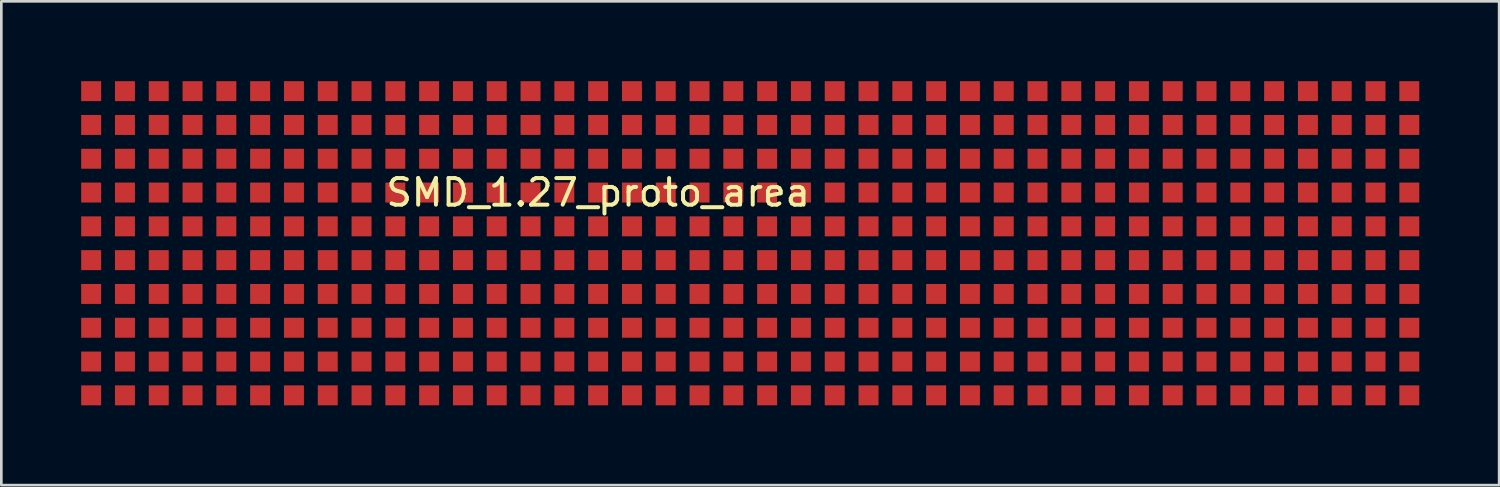
<source format=kicad_pcb>
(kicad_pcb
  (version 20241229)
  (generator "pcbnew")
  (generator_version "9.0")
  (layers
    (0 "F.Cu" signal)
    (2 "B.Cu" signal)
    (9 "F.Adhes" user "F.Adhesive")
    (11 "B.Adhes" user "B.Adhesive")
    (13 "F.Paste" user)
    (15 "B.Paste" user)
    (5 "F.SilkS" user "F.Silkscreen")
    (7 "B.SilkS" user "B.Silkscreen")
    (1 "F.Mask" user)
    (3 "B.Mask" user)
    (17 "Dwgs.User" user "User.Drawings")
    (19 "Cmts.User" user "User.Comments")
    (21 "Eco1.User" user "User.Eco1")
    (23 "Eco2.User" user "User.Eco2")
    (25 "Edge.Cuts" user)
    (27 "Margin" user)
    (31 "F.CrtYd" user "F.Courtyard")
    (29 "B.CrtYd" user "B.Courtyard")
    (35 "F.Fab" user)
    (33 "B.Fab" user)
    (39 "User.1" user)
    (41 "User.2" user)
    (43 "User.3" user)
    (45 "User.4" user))
  (footprint "SMD_1.27_proto_area"
    (layer "F.Cu")
    (at 15.615 9.265)
    (property "Reference" "SMD_1.27_proto_area" (at 3.81 -5.08 0) (unlocked yes) (layer "F.SilkS") (effects (font (size 1 1) (thickness 0.15))))
    (attr smd)
    (pad "1" smd rect (at -11.43 -6.35) (size 0.75 0.75) (layers "F.Cu" "F.Mask" "F.Paste"))
    (pad "1" smd rect (at -11.43 0) (size 0.75 0.75) (layers "F.Cu" "F.Mask" "F.Paste"))
    (pad "1" smd rect (at -5.08 -6.35) (size 0.75 0.75) (layers "F.Cu" "F.Mask" "F.Paste"))
    (pad "1" smd rect (at -5.08 0) (size 0.75 0.75) (layers "F.Cu" "F.Mask" "F.Paste"))
    (pad "1" smd rect (at 1.27 -6.35) (size 0.75 0.75) (layers "F.Cu" "F.Mask" "F.Paste"))
    (pad "1" smd rect (at 1.27 0) (size 0.75 0.75) (layers "F.Cu" "F.Mask" "F.Paste"))
    (pad "1" smd rect (at 7.62 -6.35) (size 0.75 0.75) (layers "F.Cu" "F.Mask" "F.Paste"))
    (pad "1" smd rect (at 7.62 0) (size 0.75 0.75) (layers "F.Cu" "F.Mask" "F.Paste"))
    (pad "1" smd rect (at 13.97 -6.35) (size 0.75 0.75) (layers "F.Cu" "F.Mask" "F.Paste"))
    (pad "1" smd rect (at 13.97 0) (size 0.75 0.75) (layers "F.Cu" "F.Mask" "F.Paste"))
    (pad "1" smd rect (at 20.32 -6.35) (size 0.75 0.75) (layers "F.Cu" "F.Mask" "F.Paste"))
    (pad "1" smd rect (at 20.32 0) (size 0.75 0.75) (layers "F.Cu" "F.Mask" "F.Paste"))
    (pad "1" smd rect (at 26.67 -6.35) (size 0.75 0.75) (layers "F.Cu" "F.Mask" "F.Paste"))
    (pad "1" smd rect (at 26.67 0) (size 0.75 0.75) (layers "F.Cu" "F.Mask" "F.Paste"))
    (pad "1" smd rect (at 33.02 -6.35) (size 0.75 0.75) (layers "F.Cu" "F.Mask" "F.Paste"))
    (pad "1" smd rect (at 33.02 0) (size 0.75 0.75) (layers "F.Cu" "F.Mask" "F.Paste"))
    (pad "2" smd rect (at -10.16 -6.35) (size 0.75 0.75) (layers "F.Cu" "F.Mask" "F.Paste"))
    (pad "2" smd rect (at -10.16 0) (size 0.75 0.75) (layers "F.Cu" "F.Mask" "F.Paste"))
    (pad "2" smd rect (at -3.81 -6.35) (size 0.75 0.75) (layers "F.Cu" "F.Mask" "F.Paste"))
    (pad "2" smd rect (at -3.81 0) (size 0.75 0.75) (layers "F.Cu" "F.Mask" "F.Paste"))
    (pad "2" smd rect (at 2.54 -6.35) (size 0.75 0.75) (layers "F.Cu" "F.Mask" "F.Paste"))
    (pad "2" smd rect (at 2.54 0) (size 0.75 0.75) (layers "F.Cu" "F.Mask" "F.Paste"))
    (pad "2" smd rect (at 8.89 -6.35) (size 0.75 0.75) (layers "F.Cu" "F.Mask" "F.Paste"))
    (pad "2" smd rect (at 8.89 0) (size 0.75 0.75) (layers "F.Cu" "F.Mask" "F.Paste"))
    (pad "2" smd rect (at 15.24 -6.35) (size 0.75 0.75) (layers "F.Cu" "F.Mask" "F.Paste"))
    (pad "2" smd rect (at 15.24 0) (size 0.75 0.75) (layers "F.Cu" "F.Mask" "F.Paste"))
    (pad "2" smd rect (at 21.59 -6.35) (size 0.75 0.75) (layers "F.Cu" "F.Mask" "F.Paste"))
    (pad "2" smd rect (at 21.59 0) (size 0.75 0.75) (layers "F.Cu" "F.Mask" "F.Paste"))
    (pad "2" smd rect (at 27.94 -6.35) (size 0.75 0.75) (layers "F.Cu" "F.Mask" "F.Paste"))
    (pad "2" smd rect (at 27.94 0) (size 0.75 0.75) (layers "F.Cu" "F.Mask" "F.Paste"))
    (pad "2" smd rect (at 34.29 -6.35) (size 0.75 0.75) (layers "F.Cu" "F.Mask" "F.Paste"))
    (pad "2" smd rect (at 34.29 0) (size 0.75 0.75) (layers "F.Cu" "F.Mask" "F.Paste"))
    (pad "3" smd rect (at -10.16 -7.62) (size 0.75 0.75) (layers "F.Cu" "F.Mask" "F.Paste"))
    (pad "3" smd rect (at -10.16 -1.27) (size 0.75 0.75) (layers "F.Cu" "F.Mask" "F.Paste"))
    (pad "3" smd rect (at -3.81 -7.62) (size 0.75 0.75) (layers "F.Cu" "F.Mask" "F.Paste"))
    (pad "3" smd rect (at -3.81 -1.27) (size 0.75 0.75) (layers "F.Cu" "F.Mask" "F.Paste"))
    (pad "3" smd rect (at 2.54 -7.62) (size 0.75 0.75) (layers "F.Cu" "F.Mask" "F.Paste"))
    (pad "3" smd rect (at 2.54 -1.27) (size 0.75 0.75) (layers "F.Cu" "F.Mask" "F.Paste"))
    (pad "3" smd rect (at 8.89 -7.62) (size 0.75 0.75) (layers "F.Cu" "F.Mask" "F.Paste"))
    (pad "3" smd rect (at 8.89 -1.27) (size 0.75 0.75) (layers "F.Cu" "F.Mask" "F.Paste"))
    (pad "3" smd rect (at 15.24 -7.62) (size 0.75 0.75) (layers "F.Cu" "F.Mask" "F.Paste"))
    (pad "3" smd rect (at 15.24 -1.27) (size 0.75 0.75) (layers "F.Cu" "F.Mask" "F.Paste"))
    (pad "3" smd rect (at 21.59 -7.62) (size 0.75 0.75) (layers "F.Cu" "F.Mask" "F.Paste"))
    (pad "3" smd rect (at 21.59 -1.27) (size 0.75 0.75) (layers "F.Cu" "F.Mask" "F.Paste"))
    (pad "3" smd rect (at 27.94 -7.62) (size 0.75 0.75) (layers "F.Cu" "F.Mask" "F.Paste"))
    (pad "3" smd rect (at 27.94 -1.27) (size 0.75 0.75) (layers "F.Cu" "F.Mask" "F.Paste"))
    (pad "3" smd rect (at 34.29 -7.62) (size 0.75 0.75) (layers "F.Cu" "F.Mask" "F.Paste"))
    (pad "3" smd rect (at 34.29 -1.27) (size 0.75 0.75) (layers "F.Cu" "F.Mask" "F.Paste"))
    (pad "4" smd rect (at -11.43 -7.62) (size 0.75 0.75) (layers "F.Cu" "F.Mask" "F.Paste"))
    (pad "4" smd rect (at -11.43 -1.27) (size 0.75 0.75) (layers "F.Cu" "F.Mask" "F.Paste"))
    (pad "4" smd rect (at -5.08 -7.62) (size 0.75 0.75) (layers "F.Cu" "F.Mask" "F.Paste"))
    (pad "4" smd rect (at -5.08 -1.27) (size 0.75 0.75) (layers "F.Cu" "F.Mask" "F.Paste"))
    (pad "4" smd rect (at 1.27 -7.62) (size 0.75 0.75) (layers "F.Cu" "F.Mask" "F.Paste"))
    (pad "4" smd rect (at 1.27 -1.27) (size 0.75 0.75) (layers "F.Cu" "F.Mask" "F.Paste"))
    (pad "4" smd rect (at 7.62 -7.62) (size 0.75 0.75) (layers "F.Cu" "F.Mask" "F.Paste"))
    (pad "4" smd rect (at 7.62 -1.27) (size 0.75 0.75) (layers "F.Cu" "F.Mask" "F.Paste"))
    (pad "4" smd rect (at 13.97 -7.62) (size 0.75 0.75) (layers "F.Cu" "F.Mask" "F.Paste"))
    (pad "4" smd rect (at 13.97 -1.27) (size 0.75 0.75) (layers "F.Cu" "F.Mask" "F.Paste"))
    (pad "4" smd rect (at 20.32 -7.62) (size 0.75 0.75) (layers "F.Cu" "F.Mask" "F.Paste"))
    (pad "4" smd rect (at 20.32 -1.27) (size 0.75 0.75) (layers "F.Cu" "F.Mask" "F.Paste"))
    (pad "4" smd rect (at 26.67 -7.62) (size 0.75 0.75) (layers "F.Cu" "F.Mask" "F.Paste"))
    (pad "4" smd rect (at 26.67 -1.27) (size 0.75 0.75) (layers "F.Cu" "F.Mask" "F.Paste"))
    (pad "4" smd rect (at 33.02 -7.62) (size 0.75 0.75) (layers "F.Cu" "F.Mask" "F.Paste"))
    (pad "4" smd rect (at 33.02 -1.27) (size 0.75 0.75) (layers "F.Cu" "F.Mask" "F.Paste"))
    (pad "5" smd rect (at -12.7 -7.62) (size 0.75 0.75) (layers "F.Cu" "F.Mask" "F.Paste"))
    (pad "5" smd rect (at -12.7 -1.27) (size 0.75 0.75) (layers "F.Cu" "F.Mask" "F.Paste"))
    (pad "5" smd rect (at -6.35 -7.62) (size 0.75 0.75) (layers "F.Cu" "F.Mask" "F.Paste"))
    (pad "5" smd rect (at -6.35 -1.27) (size 0.75 0.75) (layers "F.Cu" "F.Mask" "F.Paste"))
    (pad "5" smd rect (at 0 -7.62) (size 0.75 0.75) (layers "F.Cu" "F.Mask" "F.Paste"))
    (pad "5" smd rect (at 0 -1.27) (size 0.75 0.75) (layers "F.Cu" "F.Mask" "F.Paste"))
    (pad "5" smd rect (at 6.35 -7.62) (size 0.75 0.75) (layers "F.Cu" "F.Mask" "F.Paste"))
    (pad "5" smd rect (at 6.35 -1.27) (size 0.75 0.75) (layers "F.Cu" "F.Mask" "F.Paste"))
    (pad "5" smd rect (at 12.7 -7.62) (size 0.75 0.75) (layers "F.Cu" "F.Mask" "F.Paste"))
    (pad "5" smd rect (at 12.7 -1.27) (size 0.75 0.75) (layers "F.Cu" "F.Mask" "F.Paste"))
    (pad "5" smd rect (at 19.05 -7.62) (size 0.75 0.75) (layers "F.Cu" "F.Mask" "F.Paste"))
    (pad "5" smd rect (at 19.05 -1.27) (size 0.75 0.75) (layers "F.Cu" "F.Mask" "F.Paste"))
    (pad "5" smd rect (at 25.4 -7.62) (size 0.75 0.75) (layers "F.Cu" "F.Mask" "F.Paste"))
    (pad "5" smd rect (at 25.4 -1.27) (size 0.75 0.75) (layers "F.Cu" "F.Mask" "F.Paste"))
    (pad "5" smd rect (at 31.75 -7.62) (size 0.75 0.75) (layers "F.Cu" "F.Mask" "F.Paste"))
    (pad "5" smd rect (at 31.75 -1.27) (size 0.75 0.75) (layers "F.Cu" "F.Mask" "F.Paste"))
    (pad "6" smd rect (at -12.7 -6.35) (size 0.75 0.75) (layers "F.Cu" "F.Mask" "F.Paste"))
    (pad "6" smd rect (at -12.7 0) (size 0.75 0.75) (layers "F.Cu" "F.Mask" "F.Paste"))
    (pad "6" smd rect (at -6.35 -6.35) (size 0.75 0.75) (layers "F.Cu" "F.Mask" "F.Paste"))
    (pad "6" smd rect (at -6.35 0) (size 0.75 0.75) (layers "F.Cu" "F.Mask" "F.Paste"))
    (pad "6" smd rect (at 0 -6.35) (size 0.75 0.75) (layers "F.Cu" "F.Mask" "F.Paste"))
    (pad "6" smd rect (at 0 0) (size 0.75 0.75) (layers "F.Cu" "F.Mask" "F.Paste"))
    (pad "6" smd rect (at 6.35 -6.35) (size 0.75 0.75) (layers "F.Cu" "F.Mask" "F.Paste"))
    (pad "6" smd rect (at 6.35 0) (size 0.75 0.75) (layers "F.Cu" "F.Mask" "F.Paste"))
    (pad "6" smd rect (at 12.7 -6.35) (size 0.75 0.75) (layers "F.Cu" "F.Mask" "F.Paste"))
    (pad "6" smd rect (at 12.7 0) (size 0.75 0.75) (layers "F.Cu" "F.Mask" "F.Paste"))
    (pad "6" smd rect (at 19.05 -6.35) (size 0.75 0.75) (layers "F.Cu" "F.Mask" "F.Paste"))
    (pad "6" smd rect (at 19.05 0) (size 0.75 0.75) (layers "F.Cu" "F.Mask" "F.Paste"))
    (pad "6" smd rect (at 25.4 -6.35) (size 0.75 0.75) (layers "F.Cu" "F.Mask" "F.Paste"))
    (pad "6" smd rect (at 25.4 0) (size 0.75 0.75) (layers "F.Cu" "F.Mask" "F.Paste"))
    (pad "6" smd rect (at 31.75 -6.35) (size 0.75 0.75) (layers "F.Cu" "F.Mask" "F.Paste"))
    (pad "6" smd rect (at 31.75 0) (size 0.75 0.75) (layers "F.Cu" "F.Mask" "F.Paste"))
    (pad "7" smd rect (at -13.97 -7.62) (size 0.75 0.75) (layers "F.Cu" "F.Mask" "F.Paste"))
    (pad "7" smd rect (at -13.97 -1.27) (size 0.75 0.75) (layers "F.Cu" "F.Mask" "F.Paste"))
    (pad "7" smd rect (at -7.62 -7.62) (size 0.75 0.75) (layers "F.Cu" "F.Mask" "F.Paste"))
    (pad "7" smd rect (at -7.62 -1.27) (size 0.75 0.75) (layers "F.Cu" "F.Mask" "F.Paste"))
    (pad "7" smd rect (at -1.27 -7.62) (size 0.75 0.75) (layers "F.Cu" "F.Mask" "F.Paste"))
    (pad "7" smd rect (at -1.27 -1.27) (size 0.75 0.75) (layers "F.Cu" "F.Mask" "F.Paste"))
    (pad "7" smd rect (at 5.08 -7.62) (size 0.75 0.75) (layers "F.Cu" "F.Mask" "F.Paste"))
    (pad "7" smd rect (at 5.08 -1.27) (size 0.75 0.75) (layers "F.Cu" "F.Mask" "F.Paste"))
    (pad "7" smd rect (at 11.43 -7.62) (size 0.75 0.75) (layers "F.Cu" "F.Mask" "F.Paste"))
    (pad "7" smd rect (at 11.43 -1.27) (size 0.75 0.75) (layers "F.Cu" "F.Mask" "F.Paste"))
    (pad "7" smd rect (at 17.78 -7.62) (size 0.75 0.75) (layers "F.Cu" "F.Mask" "F.Paste"))
    (pad "7" smd rect (at 17.78 -1.27) (size 0.75 0.75) (layers "F.Cu" "F.Mask" "F.Paste"))
    (pad "7" smd rect (at 24.13 -7.62) (size 0.75 0.75) (layers "F.Cu" "F.Mask" "F.Paste"))
    (pad "7" smd rect (at 24.13 -1.27) (size 0.75 0.75) (layers "F.Cu" "F.Mask" "F.Paste"))
    (pad "7" smd rect (at 30.48 -7.62) (size 0.75 0.75) (layers "F.Cu" "F.Mask" "F.Paste"))
    (pad "7" smd rect (at 30.48 -1.27) (size 0.75 0.75) (layers "F.Cu" "F.Mask" "F.Paste"))
    (pad "8" smd rect (at -13.97 -6.35) (size 0.75 0.75) (layers "F.Cu" "F.Mask" "F.Paste"))
    (pad "8" smd rect (at -13.97 0) (size 0.75 0.75) (layers "F.Cu" "F.Mask" "F.Paste"))
    (pad "8" smd rect (at -7.62 -6.35) (size 0.75 0.75) (layers "F.Cu" "F.Mask" "F.Paste"))
    (pad "8" smd rect (at -7.62 0) (size 0.75 0.75) (layers "F.Cu" "F.Mask" "F.Paste"))
    (pad "8" smd rect (at -1.27 -6.35) (size 0.75 0.75) (layers "F.Cu" "F.Mask" "F.Paste"))
    (pad "8" smd rect (at -1.27 0) (size 0.75 0.75) (layers "F.Cu" "F.Mask" "F.Paste"))
    (pad "8" smd rect (at 5.08 -6.35) (size 0.75 0.75) (layers "F.Cu" "F.Mask" "F.Paste"))
    (pad "8" smd rect (at 5.08 0) (size 0.75 0.75) (layers "F.Cu" "F.Mask" "F.Paste"))
    (pad "8" smd rect (at 11.43 -6.35) (size 0.75 0.75) (layers "F.Cu" "F.Mask" "F.Paste"))
    (pad "8" smd rect (at 11.43 0) (size 0.75 0.75) (layers "F.Cu" "F.Mask" "F.Paste"))
    (pad "8" smd rect (at 17.78 -6.35) (size 0.75 0.75) (layers "F.Cu" "F.Mask" "F.Paste"))
    (pad "8" smd rect (at 17.78 0) (size 0.75 0.75) (layers "F.Cu" "F.Mask" "F.Paste"))
    (pad "8" smd rect (at 24.13 -6.35) (size 0.75 0.75) (layers "F.Cu" "F.Mask" "F.Paste"))
    (pad "8" smd rect (at 24.13 0) (size 0.75 0.75) (layers "F.Cu" "F.Mask" "F.Paste"))
    (pad "8" smd rect (at 30.48 -6.35) (size 0.75 0.75) (layers "F.Cu" "F.Mask" "F.Paste"))
    (pad "8" smd rect (at 30.48 0) (size 0.75 0.75) (layers "F.Cu" "F.Mask" "F.Paste"))
    (pad "9" smd rect (at -15.24 -7.62) (size 0.75 0.75) (layers "F.Cu" "F.Mask" "F.Paste"))
    (pad "9" smd rect (at -15.24 -1.27) (size 0.75 0.75) (layers "F.Cu" "F.Mask" "F.Paste"))
    (pad "9" smd rect (at -8.89 -7.62) (size 0.75 0.75) (layers "F.Cu" "F.Mask" "F.Paste"))
    (pad "9" smd rect (at -8.89 -1.27) (size 0.75 0.75) (layers "F.Cu" "F.Mask" "F.Paste"))
    (pad "9" smd rect (at -2.54 -7.62) (size 0.75 0.75) (layers "F.Cu" "F.Mask" "F.Paste"))
    (pad "9" smd rect (at -2.54 -1.27) (size 0.75 0.75) (layers "F.Cu" "F.Mask" "F.Paste"))
    (pad "9" smd rect (at 3.81 -7.62) (size 0.75 0.75) (layers "F.Cu" "F.Mask" "F.Paste"))
    (pad "9" smd rect (at 3.81 -1.27) (size 0.75 0.75) (layers "F.Cu" "F.Mask" "F.Paste"))
    (pad "9" smd rect (at 10.16 -7.62) (size 0.75 0.75) (layers "F.Cu" "F.Mask" "F.Paste"))
    (pad "9" smd rect (at 10.16 -1.27) (size 0.75 0.75) (layers "F.Cu" "F.Mask" "F.Paste"))
    (pad "9" smd rect (at 16.51 -7.62) (size 0.75 0.75) (layers "F.Cu" "F.Mask" "F.Paste"))
    (pad "9" smd rect (at 16.51 -1.27) (size 0.75 0.75) (layers "F.Cu" "F.Mask" "F.Paste"))
    (pad "9" smd rect (at 22.86 -7.62) (size 0.75 0.75) (layers "F.Cu" "F.Mask" "F.Paste"))
    (pad "9" smd rect (at 22.86 -1.27) (size 0.75 0.75) (layers "F.Cu" "F.Mask" "F.Paste"))
    (pad "9" smd rect (at 29.21 -7.62) (size 0.75 0.75) (layers "F.Cu" "F.Mask" "F.Paste"))
    (pad "9" smd rect (at 29.21 -1.27) (size 0.75 0.75) (layers "F.Cu" "F.Mask" "F.Paste"))
    (pad "10" smd rect (at -15.24 -6.35) (size 0.75 0.75) (layers "F.Cu" "F.Mask" "F.Paste"))
    (pad "10" smd rect (at -15.24 0) (size 0.75 0.75) (layers "F.Cu" "F.Mask" "F.Paste"))
    (pad "10" smd rect (at -8.89 -6.35) (size 0.75 0.75) (layers "F.Cu" "F.Mask" "F.Paste"))
    (pad "10" smd rect (at -8.89 0) (size 0.75 0.75) (layers "F.Cu" "F.Mask" "F.Paste"))
    (pad "10" smd rect (at -2.54 -6.35) (size 0.75 0.75) (layers "F.Cu" "F.Mask" "F.Paste"))
    (pad "10" smd rect (at -2.54 0) (size 0.75 0.75) (layers "F.Cu" "F.Mask" "F.Paste"))
    (pad "10" smd rect (at 3.81 -6.35) (size 0.75 0.75) (layers "F.Cu" "F.Mask" "F.Paste"))
    (pad "10" smd rect (at 3.81 0) (size 0.75 0.75) (layers "F.Cu" "F.Mask" "F.Paste"))
    (pad "10" smd rect (at 10.16 -6.35) (size 0.75 0.75) (layers "F.Cu" "F.Mask" "F.Paste"))
    (pad "10" smd rect (at 10.16 0) (size 0.75 0.75) (layers "F.Cu" "F.Mask" "F.Paste"))
    (pad "10" smd rect (at 16.51 -6.35) (size 0.75 0.75) (layers "F.Cu" "F.Mask" "F.Paste"))
    (pad "10" smd rect (at 16.51 0) (size 0.75 0.75) (layers "F.Cu" "F.Mask" "F.Paste"))
    (pad "10" smd rect (at 22.86 -6.35) (size 0.75 0.75) (layers "F.Cu" "F.Mask" "F.Paste"))
    (pad "10" smd rect (at 22.86 0) (size 0.75 0.75) (layers "F.Cu" "F.Mask" "F.Paste"))
    (pad "10" smd rect (at 29.21 -6.35) (size 0.75 0.75) (layers "F.Cu" "F.Mask" "F.Paste"))
    (pad "10" smd rect (at 29.21 0) (size 0.75 0.75) (layers "F.Cu" "F.Mask" "F.Paste"))
    (pad "11" smd rect (at -15.24 -5.08) (size 0.75 0.75) (layers "F.Cu" "F.Mask" "F.Paste"))
    (pad "11" smd rect (at -15.24 1.27) (size 0.75 0.75) (layers "F.Cu" "F.Mask" "F.Paste"))
    (pad "11" smd rect (at -8.89 -5.08) (size 0.75 0.75) (layers "F.Cu" "F.Mask" "F.Paste"))
    (pad "11" smd rect (at -8.89 1.27) (size 0.75 0.75) (layers "F.Cu" "F.Mask" "F.Paste"))
    (pad "11" smd rect (at -2.54 -5.08) (size 0.75 0.75) (layers "F.Cu" "F.Mask" "F.Paste"))
    (pad "11" smd rect (at -2.54 1.27) (size 0.75 0.75) (layers "F.Cu" "F.Mask" "F.Paste"))
    (pad "11" smd rect (at 3.81 -5.08) (size 0.75 0.75) (layers "F.Cu" "F.Mask" "F.Paste"))
    (pad "11" smd rect (at 3.81 1.27) (size 0.75 0.75) (layers "F.Cu" "F.Mask" "F.Paste"))
    (pad "11" smd rect (at 10.16 -5.08) (size 0.75 0.75) (layers "F.Cu" "F.Mask" "F.Paste"))
    (pad "11" smd rect (at 10.16 1.27) (size 0.75 0.75) (layers "F.Cu" "F.Mask" "F.Paste"))
    (pad "11" smd rect (at 16.51 -5.08) (size 0.75 0.75) (layers "F.Cu" "F.Mask" "F.Paste"))
    (pad "11" smd rect (at 16.51 1.27) (size 0.75 0.75) (layers "F.Cu" "F.Mask" "F.Paste"))
    (pad "11" smd rect (at 22.86 -5.08) (size 0.75 0.75) (layers "F.Cu" "F.Mask" "F.Paste"))
    (pad "11" smd rect (at 22.86 1.27) (size 0.75 0.75) (layers "F.Cu" "F.Mask" "F.Paste"))
    (pad "11" smd rect (at 29.21 -5.08) (size 0.75 0.75) (layers "F.Cu" "F.Mask" "F.Paste"))
    (pad "11" smd rect (at 29.21 1.27) (size 0.75 0.75) (layers "F.Cu" "F.Mask" "F.Paste"))
    (pad "12" smd rect (at -13.97 -5.08) (size 0.75 0.75) (layers "F.Cu" "F.Mask" "F.Paste"))
    (pad "12" smd rect (at -13.97 1.27) (size 0.75 0.75) (layers "F.Cu" "F.Mask" "F.Paste"))
    (pad "12" smd rect (at -7.62 -5.08) (size 0.75 0.75) (layers "F.Cu" "F.Mask" "F.Paste"))
    (pad "12" smd rect (at -7.62 1.27) (size 0.75 0.75) (layers "F.Cu" "F.Mask" "F.Paste"))
    (pad "12" smd rect (at -1.27 -5.08) (size 0.75 0.75) (layers "F.Cu" "F.Mask" "F.Paste"))
    (pad "12" smd rect (at -1.27 1.27) (size 0.75 0.75) (layers "F.Cu" "F.Mask" "F.Paste"))
    (pad "12" smd rect (at 5.08 -5.08) (size 0.75 0.75) (layers "F.Cu" "F.Mask" "F.Paste"))
    (pad "12" smd rect (at 5.08 1.27) (size 0.75 0.75) (layers "F.Cu" "F.Mask" "F.Paste"))
    (pad "12" smd rect (at 11.43 -5.08) (size 0.75 0.75) (layers "F.Cu" "F.Mask" "F.Paste"))
    (pad "12" smd rect (at 11.43 1.27) (size 0.75 0.75) (layers "F.Cu" "F.Mask" "F.Paste"))
    (pad "12" smd rect (at 17.78 -5.08) (size 0.75 0.75) (layers "F.Cu" "F.Mask" "F.Paste"))
    (pad "12" smd rect (at 17.78 1.27) (size 0.75 0.75) (layers "F.Cu" "F.Mask" "F.Paste"))
    (pad "12" smd rect (at 24.13 -5.08) (size 0.75 0.75) (layers "F.Cu" "F.Mask" "F.Paste"))
    (pad "12" smd rect (at 24.13 1.27) (size 0.75 0.75) (layers "F.Cu" "F.Mask" "F.Paste"))
    (pad "12" smd rect (at 30.48 -5.08) (size 0.75 0.75) (layers "F.Cu" "F.Mask" "F.Paste"))
    (pad "12" smd rect (at 30.48 1.27) (size 0.75 0.75) (layers "F.Cu" "F.Mask" "F.Paste"))
    (pad "13" smd rect (at -12.7 -5.08) (size 0.75 0.75) (layers "F.Cu" "F.Mask" "F.Paste"))
    (pad "13" smd rect (at -12.7 1.27) (size 0.75 0.75) (layers "F.Cu" "F.Mask" "F.Paste"))
    (pad "13" smd rect (at -6.35 -5.08) (size 0.75 0.75) (layers "F.Cu" "F.Mask" "F.Paste"))
    (pad "13" smd rect (at -6.35 1.27) (size 0.75 0.75) (layers "F.Cu" "F.Mask" "F.Paste"))
    (pad "13" smd rect (at 0 -5.08) (size 0.75 0.75) (layers "F.Cu" "F.Mask" "F.Paste"))
    (pad "13" smd rect (at 0 1.27) (size 0.75 0.75) (layers "F.Cu" "F.Mask" "F.Paste"))
    (pad "13" smd rect (at 6.35 -5.08) (size 0.75 0.75) (layers "F.Cu" "F.Mask" "F.Paste"))
    (pad "13" smd rect (at 6.35 1.27) (size 0.75 0.75) (layers "F.Cu" "F.Mask" "F.Paste"))
    (pad "13" smd rect (at 12.7 -5.08) (size 0.75 0.75) (layers "F.Cu" "F.Mask" "F.Paste"))
    (pad "13" smd rect (at 12.7 1.27) (size 0.75 0.75) (layers "F.Cu" "F.Mask" "F.Paste"))
    (pad "13" smd rect (at 19.05 -5.08) (size 0.75 0.75) (layers "F.Cu" "F.Mask" "F.Paste"))
    (pad "13" smd rect (at 19.05 1.27) (size 0.75 0.75) (layers "F.Cu" "F.Mask" "F.Paste"))
    (pad "13" smd rect (at 25.4 -5.08) (size 0.75 0.75) (layers "F.Cu" "F.Mask" "F.Paste"))
    (pad "13" smd rect (at 25.4 1.27) (size 0.75 0.75) (layers "F.Cu" "F.Mask" "F.Paste"))
    (pad "13" smd rect (at 31.75 -5.08) (size 0.75 0.75) (layers "F.Cu" "F.Mask" "F.Paste"))
    (pad "13" smd rect (at 31.75 1.27) (size 0.75 0.75) (layers "F.Cu" "F.Mask" "F.Paste"))
    (pad "14" smd rect (at -11.43 -5.08) (size 0.75 0.75) (layers "F.Cu" "F.Mask" "F.Paste"))
    (pad "14" smd rect (at -11.43 1.27) (size 0.75 0.75) (layers "F.Cu" "F.Mask" "F.Paste"))
    (pad "14" smd rect (at -5.08 -5.08) (size 0.75 0.75) (layers "F.Cu" "F.Mask" "F.Paste"))
    (pad "14" smd rect (at -5.08 1.27) (size 0.75 0.75) (layers "F.Cu" "F.Mask" "F.Paste"))
    (pad "14" smd rect (at 1.27 -5.08) (size 0.75 0.75) (layers "F.Cu" "F.Mask" "F.Paste"))
    (pad "14" smd rect (at 1.27 1.27) (size 0.75 0.75) (layers "F.Cu" "F.Mask" "F.Paste"))
    (pad "14" smd rect (at 7.62 -5.08) (size 0.75 0.75) (layers "F.Cu" "F.Mask" "F.Paste"))
    (pad "14" smd rect (at 7.62 1.27) (size 0.75 0.75) (layers "F.Cu" "F.Mask" "F.Paste"))
    (pad "14" smd rect (at 13.97 -5.08) (size 0.75 0.75) (layers "F.Cu" "F.Mask" "F.Paste"))
    (pad "14" smd rect (at 13.97 1.27) (size 0.75 0.75) (layers "F.Cu" "F.Mask" "F.Paste"))
    (pad "14" smd rect (at 20.32 -5.08) (size 0.75 0.75) (layers "F.Cu" "F.Mask" "F.Paste"))
    (pad "14" smd rect (at 20.32 1.27) (size 0.75 0.75) (layers "F.Cu" "F.Mask" "F.Paste"))
    (pad "14" smd rect (at 26.67 -5.08) (size 0.75 0.75) (layers "F.Cu" "F.Mask" "F.Paste"))
    (pad "14" smd rect (at 26.67 1.27) (size 0.75 0.75) (layers "F.Cu" "F.Mask" "F.Paste"))
    (pad "14" smd rect (at 33.02 -5.08) (size 0.75 0.75) (layers "F.Cu" "F.Mask" "F.Paste"))
    (pad "14" smd rect (at 33.02 1.27) (size 0.75 0.75) (layers "F.Cu" "F.Mask" "F.Paste"))
    (pad "15" smd rect (at -10.16 -5.08) (size 0.75 0.75) (layers "F.Cu" "F.Mask" "F.Paste"))
    (pad "15" smd rect (at -10.16 1.27) (size 0.75 0.75) (layers "F.Cu" "F.Mask" "F.Paste"))
    (pad "15" smd rect (at -3.81 -5.08) (size 0.75 0.75) (layers "F.Cu" "F.Mask" "F.Paste"))
    (pad "15" smd rect (at -3.81 1.27) (size 0.75 0.75) (layers "F.Cu" "F.Mask" "F.Paste"))
    (pad "15" smd rect (at 2.54 -5.08) (size 0.75 0.75) (layers "F.Cu" "F.Mask" "F.Paste"))
    (pad "15" smd rect (at 2.54 1.27) (size 0.75 0.75) (layers "F.Cu" "F.Mask" "F.Paste"))
    (pad "15" smd rect (at 8.89 -5.08) (size 0.75 0.75) (layers "F.Cu" "F.Mask" "F.Paste"))
    (pad "15" smd rect (at 8.89 1.27) (size 0.75 0.75) (layers "F.Cu" "F.Mask" "F.Paste"))
    (pad "15" smd rect (at 15.24 -5.08) (size 0.75 0.75) (layers "F.Cu" "F.Mask" "F.Paste"))
    (pad "15" smd rect (at 15.24 1.27) (size 0.75 0.75) (layers "F.Cu" "F.Mask" "F.Paste"))
    (pad "15" smd rect (at 21.59 -5.08) (size 0.75 0.75) (layers "F.Cu" "F.Mask" "F.Paste"))
    (pad "15" smd rect (at 21.59 1.27) (size 0.75 0.75) (layers "F.Cu" "F.Mask" "F.Paste"))
    (pad "15" smd rect (at 27.94 -5.08) (size 0.75 0.75) (layers "F.Cu" "F.Mask" "F.Paste"))
    (pad "15" smd rect (at 27.94 1.27) (size 0.75 0.75) (layers "F.Cu" "F.Mask" "F.Paste"))
    (pad "15" smd rect (at 34.29 -5.08) (size 0.75 0.75) (layers "F.Cu" "F.Mask" "F.Paste"))
    (pad "15" smd rect (at 34.29 1.27) (size 0.75 0.75) (layers "F.Cu" "F.Mask" "F.Paste"))
    (pad "16" smd rect (at -10.16 -8.89) (size 0.75 0.75) (layers "F.Cu" "F.Mask" "F.Paste"))
    (pad "16" smd rect (at -10.16 -2.54) (size 0.75 0.75) (layers "F.Cu" "F.Mask" "F.Paste"))
    (pad "16" smd rect (at -3.81 -8.89) (size 0.75 0.75) (layers "F.Cu" "F.Mask" "F.Paste"))
    (pad "16" smd rect (at -3.81 -2.54) (size 0.75 0.75) (layers "F.Cu" "F.Mask" "F.Paste"))
    (pad "16" smd rect (at 2.54 -8.89) (size 0.75 0.75) (layers "F.Cu" "F.Mask" "F.Paste"))
    (pad "16" smd rect (at 2.54 -2.54) (size 0.75 0.75) (layers "F.Cu" "F.Mask" "F.Paste"))
    (pad "16" smd rect (at 8.89 -8.89) (size 0.75 0.75) (layers "F.Cu" "F.Mask" "F.Paste"))
    (pad "16" smd rect (at 8.89 -2.54) (size 0.75 0.75) (layers "F.Cu" "F.Mask" "F.Paste"))
    (pad "16" smd rect (at 15.24 -8.89) (size 0.75 0.75) (layers "F.Cu" "F.Mask" "F.Paste"))
    (pad "16" smd rect (at 15.24 -2.54) (size 0.75 0.75) (layers "F.Cu" "F.Mask" "F.Paste"))
    (pad "16" smd rect (at 21.59 -8.89) (size 0.75 0.75) (layers "F.Cu" "F.Mask" "F.Paste"))
    (pad "16" smd rect (at 21.59 -2.54) (size 0.75 0.75) (layers "F.Cu" "F.Mask" "F.Paste"))
    (pad "16" smd rect (at 27.94 -8.89) (size 0.75 0.75) (layers "F.Cu" "F.Mask" "F.Paste"))
    (pad "16" smd rect (at 27.94 -2.54) (size 0.75 0.75) (layers "F.Cu" "F.Mask" "F.Paste"))
    (pad "16" smd rect (at 34.29 -8.89) (size 0.75 0.75) (layers "F.Cu" "F.Mask" "F.Paste"))
    (pad "16" smd rect (at 34.29 -2.54) (size 0.75 0.75) (layers "F.Cu" "F.Mask" "F.Paste"))
    (pad "17" smd rect (at -11.43 -8.89) (size 0.75 0.75) (layers "F.Cu" "F.Mask" "F.Paste"))
    (pad "17" smd rect (at -11.43 -2.54) (size 0.75 0.75) (layers "F.Cu" "F.Mask" "F.Paste"))
    (pad "17" smd rect (at -5.08 -8.89) (size 0.75 0.75) (layers "F.Cu" "F.Mask" "F.Paste"))
    (pad "17" smd rect (at -5.08 -2.54) (size 0.75 0.75) (layers "F.Cu" "F.Mask" "F.Paste"))
    (pad "17" smd rect (at 1.27 -8.89) (size 0.75 0.75) (layers "F.Cu" "F.Mask" "F.Paste"))
    (pad "17" smd rect (at 1.27 -2.54) (size 0.75 0.75) (layers "F.Cu" "F.Mask" "F.Paste"))
    (pad "17" smd rect (at 7.62 -8.89) (size 0.75 0.75) (layers "F.Cu" "F.Mask" "F.Paste"))
    (pad "17" smd rect (at 7.62 -2.54) (size 0.75 0.75) (layers "F.Cu" "F.Mask" "F.Paste"))
    (pad "17" smd rect (at 13.97 -8.89) (size 0.75 0.75) (layers "F.Cu" "F.Mask" "F.Paste"))
    (pad "17" smd rect (at 13.97 -2.54) (size 0.75 0.75) (layers "F.Cu" "F.Mask" "F.Paste"))
    (pad "17" smd rect (at 20.32 -8.89) (size 0.75 0.75) (layers "F.Cu" "F.Mask" "F.Paste"))
    (pad "17" smd rect (at 20.32 -2.54) (size 0.75 0.75) (layers "F.Cu" "F.Mask" "F.Paste"))
    (pad "17" smd rect (at 26.67 -8.89) (size 0.75 0.75) (layers "F.Cu" "F.Mask" "F.Paste"))
    (pad "17" smd rect (at 26.67 -2.54) (size 0.75 0.75) (layers "F.Cu" "F.Mask" "F.Paste"))
    (pad "17" smd rect (at 33.02 -8.89) (size 0.75 0.75) (layers "F.Cu" "F.Mask" "F.Paste"))
    (pad "17" smd rect (at 33.02 -2.54) (size 0.75 0.75) (layers "F.Cu" "F.Mask" "F.Paste"))
    (pad "18" smd rect (at -12.7 -8.89) (size 0.75 0.75) (layers "F.Cu" "F.Mask" "F.Paste"))
    (pad "18" smd rect (at -12.7 -2.54) (size 0.75 0.75) (layers "F.Cu" "F.Mask" "F.Paste"))
    (pad "18" smd rect (at -6.35 -8.89) (size 0.75 0.75) (layers "F.Cu" "F.Mask" "F.Paste"))
    (pad "18" smd rect (at -6.35 -2.54) (size 0.75 0.75) (layers "F.Cu" "F.Mask" "F.Paste"))
    (pad "18" smd rect (at 0 -8.89) (size 0.75 0.75) (layers "F.Cu" "F.Mask" "F.Paste"))
    (pad "18" smd rect (at 0 -2.54) (size 0.75 0.75) (layers "F.Cu" "F.Mask" "F.Paste"))
    (pad "18" smd rect (at 6.35 -8.89) (size 0.75 0.75) (layers "F.Cu" "F.Mask" "F.Paste"))
    (pad "18" smd rect (at 6.35 -2.54) (size 0.75 0.75) (layers "F.Cu" "F.Mask" "F.Paste"))
    (pad "18" smd rect (at 12.7 -8.89) (size 0.75 0.75) (layers "F.Cu" "F.Mask" "F.Paste"))
    (pad "18" smd rect (at 12.7 -2.54) (size 0.75 0.75) (layers "F.Cu" "F.Mask" "F.Paste"))
    (pad "18" smd rect (at 19.05 -8.89) (size 0.75 0.75) (layers "F.Cu" "F.Mask" "F.Paste"))
    (pad "18" smd rect (at 19.05 -2.54) (size 0.75 0.75) (layers "F.Cu" "F.Mask" "F.Paste"))
    (pad "18" smd rect (at 25.4 -8.89) (size 0.75 0.75) (layers "F.Cu" "F.Mask" "F.Paste"))
    (pad "18" smd rect (at 25.4 -2.54) (size 0.75 0.75) (layers "F.Cu" "F.Mask" "F.Paste"))
    (pad "18" smd rect (at 31.75 -8.89) (size 0.75 0.75) (layers "F.Cu" "F.Mask" "F.Paste"))
    (pad "18" smd rect (at 31.75 -2.54) (size 0.75 0.75) (layers "F.Cu" "F.Mask" "F.Paste"))
    (pad "19" smd rect (at -13.97 -8.89) (size 0.75 0.75) (layers "F.Cu" "F.Mask" "F.Paste"))
    (pad "19" smd rect (at -13.97 -2.54) (size 0.75 0.75) (layers "F.Cu" "F.Mask" "F.Paste"))
    (pad "19" smd rect (at -7.62 -8.89) (size 0.75 0.75) (layers "F.Cu" "F.Mask" "F.Paste"))
    (pad "19" smd rect (at -7.62 -2.54) (size 0.75 0.75) (layers "F.Cu" "F.Mask" "F.Paste"))
    (pad "19" smd rect (at -1.27 -8.89) (size 0.75 0.75) (layers "F.Cu" "F.Mask" "F.Paste"))
    (pad "19" smd rect (at -1.27 -2.54) (size 0.75 0.75) (layers "F.Cu" "F.Mask" "F.Paste"))
    (pad "19" smd rect (at 5.08 -8.89) (size 0.75 0.75) (layers "F.Cu" "F.Mask" "F.Paste"))
    (pad "19" smd rect (at 5.08 -2.54) (size 0.75 0.75) (layers "F.Cu" "F.Mask" "F.Paste"))
    (pad "19" smd rect (at 11.43 -8.89) (size 0.75 0.75) (layers "F.Cu" "F.Mask" "F.Paste"))
    (pad "19" smd rect (at 11.43 -2.54) (size 0.75 0.75) (layers "F.Cu" "F.Mask" "F.Paste"))
    (pad "19" smd rect (at 17.78 -8.89) (size 0.75 0.75) (layers "F.Cu" "F.Mask" "F.Paste"))
    (pad "19" smd rect (at 17.78 -2.54) (size 0.75 0.75) (layers "F.Cu" "F.Mask" "F.Paste"))
    (pad "19" smd rect (at 24.13 -8.89) (size 0.75 0.75) (layers "F.Cu" "F.Mask" "F.Paste"))
    (pad "19" smd rect (at 24.13 -2.54) (size 0.75 0.75) (layers "F.Cu" "F.Mask" "F.Paste"))
    (pad "19" smd rect (at 30.48 -8.89) (size 0.75 0.75) (layers "F.Cu" "F.Mask" "F.Paste"))
    (pad "19" smd rect (at 30.48 -2.54) (size 0.75 0.75) (layers "F.Cu" "F.Mask" "F.Paste"))
    (pad "20" smd rect (at -15.24 -8.89) (size 0.75 0.75) (layers "F.Cu" "F.Mask" "F.Paste"))
    (pad "20" smd rect (at -15.24 -2.54) (size 0.75 0.75) (layers "F.Cu" "F.Mask" "F.Paste"))
    (pad "20" smd rect (at -8.89 -8.89) (size 0.75 0.75) (layers "F.Cu" "F.Mask" "F.Paste"))
    (pad "20" smd rect (at -8.89 -2.54) (size 0.75 0.75) (layers "F.Cu" "F.Mask" "F.Paste"))
    (pad "20" smd rect (at -2.54 -8.89) (size 0.75 0.75) (layers "F.Cu" "F.Mask" "F.Paste"))
    (pad "20" smd rect (at -2.54 -2.54) (size 0.75 0.75) (layers "F.Cu" "F.Mask" "F.Paste"))
    (pad "20" smd rect (at 3.81 -8.89) (size 0.75 0.75) (layers "F.Cu" "F.Mask" "F.Paste"))
    (pad "20" smd rect (at 3.81 -2.54) (size 0.75 0.75) (layers "F.Cu" "F.Mask" "F.Paste"))
    (pad "20" smd rect (at 10.16 -8.89) (size 0.75 0.75) (layers "F.Cu" "F.Mask" "F.Paste"))
    (pad "20" smd rect (at 10.16 -2.54) (size 0.75 0.75) (layers "F.Cu" "F.Mask" "F.Paste"))
    (pad "20" smd rect (at 16.51 -8.89) (size 0.75 0.75) (layers "F.Cu" "F.Mask" "F.Paste"))
    (pad "20" smd rect (at 16.51 -2.54) (size 0.75 0.75) (layers "F.Cu" "F.Mask" "F.Paste"))
    (pad "20" smd rect (at 22.86 -8.89) (size 0.75 0.75) (layers "F.Cu" "F.Mask" "F.Paste"))
    (pad "20" smd rect (at 22.86 -2.54) (size 0.75 0.75) (layers "F.Cu" "F.Mask" "F.Paste"))
    (pad "20" smd rect (at 29.21 -8.89) (size 0.75 0.75) (layers "F.Cu" "F.Mask" "F.Paste"))
    (pad "20" smd rect (at 29.21 -2.54) (size 0.75 0.75) (layers "F.Cu" "F.Mask" "F.Paste"))
    (pad "21" smd rect (at -15.24 -3.81) (size 0.75 0.75) (layers "F.Cu" "F.Mask" "F.Paste"))
    (pad "21" smd rect (at -15.24 2.54) (size 0.75 0.75) (layers "F.Cu" "F.Mask" "F.Paste"))
    (pad "21" smd rect (at -8.89 -3.81) (size 0.75 0.75) (layers "F.Cu" "F.Mask" "F.Paste"))
    (pad "21" smd rect (at -8.89 2.54) (size 0.75 0.75) (layers "F.Cu" "F.Mask" "F.Paste"))
    (pad "21" smd rect (at -2.54 -3.81) (size 0.75 0.75) (layers "F.Cu" "F.Mask" "F.Paste"))
    (pad "21" smd rect (at -2.54 2.54) (size 0.75 0.75) (layers "F.Cu" "F.Mask" "F.Paste"))
    (pad "21" smd rect (at 3.81 -3.81) (size 0.75 0.75) (layers "F.Cu" "F.Mask" "F.Paste"))
    (pad "21" smd rect (at 3.81 2.54) (size 0.75 0.75) (layers "F.Cu" "F.Mask" "F.Paste"))
    (pad "21" smd rect (at 10.16 -3.81) (size 0.75 0.75) (layers "F.Cu" "F.Mask" "F.Paste"))
    (pad "21" smd rect (at 10.16 2.54) (size 0.75 0.75) (layers "F.Cu" "F.Mask" "F.Paste"))
    (pad "21" smd rect (at 16.51 -3.81) (size 0.75 0.75) (layers "F.Cu" "F.Mask" "F.Paste"))
    (pad "21" smd rect (at 16.51 2.54) (size 0.75 0.75) (layers "F.Cu" "F.Mask" "F.Paste"))
    (pad "21" smd rect (at 22.86 -3.81) (size 0.75 0.75) (layers "F.Cu" "F.Mask" "F.Paste"))
    (pad "21" smd rect (at 22.86 2.54) (size 0.75 0.75) (layers "F.Cu" "F.Mask" "F.Paste"))
    (pad "21" smd rect (at 29.21 -3.81) (size 0.75 0.75) (layers "F.Cu" "F.Mask" "F.Paste"))
    (pad "21" smd rect (at 29.21 2.54) (size 0.75 0.75) (layers "F.Cu" "F.Mask" "F.Paste"))
    (pad "22" smd rect (at -13.97 -3.81) (size 0.75 0.75) (layers "F.Cu" "F.Mask" "F.Paste"))
    (pad "22" smd rect (at -13.97 2.54) (size 0.75 0.75) (layers "F.Cu" "F.Mask" "F.Paste"))
    (pad "22" smd rect (at -7.62 -3.81) (size 0.75 0.75) (layers "F.Cu" "F.Mask" "F.Paste"))
    (pad "22" smd rect (at -7.62 2.54) (size 0.75 0.75) (layers "F.Cu" "F.Mask" "F.Paste"))
    (pad "22" smd rect (at -1.27 -3.81) (size 0.75 0.75) (layers "F.Cu" "F.Mask" "F.Paste"))
    (pad "22" smd rect (at -1.27 2.54) (size 0.75 0.75) (layers "F.Cu" "F.Mask" "F.Paste"))
    (pad "22" smd rect (at 5.08 -3.81) (size 0.75 0.75) (layers "F.Cu" "F.Mask" "F.Paste"))
    (pad "22" smd rect (at 5.08 2.54) (size 0.75 0.75) (layers "F.Cu" "F.Mask" "F.Paste"))
    (pad "22" smd rect (at 11.43 -3.81) (size 0.75 0.75) (layers "F.Cu" "F.Mask" "F.Paste"))
    (pad "22" smd rect (at 11.43 2.54) (size 0.75 0.75) (layers "F.Cu" "F.Mask" "F.Paste"))
    (pad "22" smd rect (at 17.78 -3.81) (size 0.75 0.75) (layers "F.Cu" "F.Mask" "F.Paste"))
    (pad "22" smd rect (at 17.78 2.54) (size 0.75 0.75) (layers "F.Cu" "F.Mask" "F.Paste"))
    (pad "22" smd rect (at 24.13 -3.81) (size 0.75 0.75) (layers "F.Cu" "F.Mask" "F.Paste"))
    (pad "22" smd rect (at 24.13 2.54) (size 0.75 0.75) (layers "F.Cu" "F.Mask" "F.Paste"))
    (pad "22" smd rect (at 30.48 -3.81) (size 0.75 0.75) (layers "F.Cu" "F.Mask" "F.Paste"))
    (pad "22" smd rect (at 30.48 2.54) (size 0.75 0.75) (layers "F.Cu" "F.Mask" "F.Paste"))
    (pad "23" smd rect (at -12.7 -3.81) (size 0.75 0.75) (layers "F.Cu" "F.Mask" "F.Paste"))
    (pad "23" smd rect (at -12.7 2.54) (size 0.75 0.75) (layers "F.Cu" "F.Mask" "F.Paste"))
    (pad "23" smd rect (at -6.35 -3.81) (size 0.75 0.75) (layers "F.Cu" "F.Mask" "F.Paste"))
    (pad "23" smd rect (at -6.35 2.54) (size 0.75 0.75) (layers "F.Cu" "F.Mask" "F.Paste"))
    (pad "23" smd rect (at 0 -3.81) (size 0.75 0.75) (layers "F.Cu" "F.Mask" "F.Paste"))
    (pad "23" smd rect (at 0 2.54) (size 0.75 0.75) (layers "F.Cu" "F.Mask" "F.Paste"))
    (pad "23" smd rect (at 6.35 -3.81) (size 0.75 0.75) (layers "F.Cu" "F.Mask" "F.Paste"))
    (pad "23" smd rect (at 6.35 2.54) (size 0.75 0.75) (layers "F.Cu" "F.Mask" "F.Paste"))
    (pad "23" smd rect (at 12.7 -3.81) (size 0.75 0.75) (layers "F.Cu" "F.Mask" "F.Paste"))
    (pad "23" smd rect (at 12.7 2.54) (size 0.75 0.75) (layers "F.Cu" "F.Mask" "F.Paste"))
    (pad "23" smd rect (at 19.05 -3.81) (size 0.75 0.75) (layers "F.Cu" "F.Mask" "F.Paste"))
    (pad "23" smd rect (at 19.05 2.54) (size 0.75 0.75) (layers "F.Cu" "F.Mask" "F.Paste"))
    (pad "23" smd rect (at 25.4 -3.81) (size 0.75 0.75) (layers "F.Cu" "F.Mask" "F.Paste"))
    (pad "23" smd rect (at 25.4 2.54) (size 0.75 0.75) (layers "F.Cu" "F.Mask" "F.Paste"))
    (pad "23" smd rect (at 31.75 -3.81) (size 0.75 0.75) (layers "F.Cu" "F.Mask" "F.Paste"))
    (pad "23" smd rect (at 31.75 2.54) (size 0.75 0.75) (layers "F.Cu" "F.Mask" "F.Paste"))
    (pad "24" smd rect (at -11.43 -3.81) (size 0.75 0.75) (layers "F.Cu" "F.Mask" "F.Paste"))
    (pad "24" smd rect (at -11.43 2.54) (size 0.75 0.75) (layers "F.Cu" "F.Mask" "F.Paste"))
    (pad "24" smd rect (at -5.08 -3.81) (size 0.75 0.75) (layers "F.Cu" "F.Mask" "F.Paste"))
    (pad "24" smd rect (at -5.08 2.54) (size 0.75 0.75) (layers "F.Cu" "F.Mask" "F.Paste"))
    (pad "24" smd rect (at 1.27 -3.81) (size 0.75 0.75) (layers "F.Cu" "F.Mask" "F.Paste"))
    (pad "24" smd rect (at 1.27 2.54) (size 0.75 0.75) (layers "F.Cu" "F.Mask" "F.Paste"))
    (pad "24" smd rect (at 7.62 -3.81) (size 0.75 0.75) (layers "F.Cu" "F.Mask" "F.Paste"))
    (pad "24" smd rect (at 7.62 2.54) (size 0.75 0.75) (layers "F.Cu" "F.Mask" "F.Paste"))
    (pad "24" smd rect (at 13.97 -3.81) (size 0.75 0.75) (layers "F.Cu" "F.Mask" "F.Paste"))
    (pad "24" smd rect (at 13.97 2.54) (size 0.75 0.75) (layers "F.Cu" "F.Mask" "F.Paste"))
    (pad "24" smd rect (at 20.32 -3.81) (size 0.75 0.75) (layers "F.Cu" "F.Mask" "F.Paste"))
    (pad "24" smd rect (at 20.32 2.54) (size 0.75 0.75) (layers "F.Cu" "F.Mask" "F.Paste"))
    (pad "24" smd rect (at 26.67 -3.81) (size 0.75 0.75) (layers "F.Cu" "F.Mask" "F.Paste"))
    (pad "24" smd rect (at 26.67 2.54) (size 0.75 0.75) (layers "F.Cu" "F.Mask" "F.Paste"))
    (pad "24" smd rect (at 33.02 -3.81) (size 0.75 0.75) (layers "F.Cu" "F.Mask" "F.Paste"))
    (pad "24" smd rect (at 33.02 2.54) (size 0.75 0.75) (layers "F.Cu" "F.Mask" "F.Paste"))
    (pad "25" smd rect (at -10.16 -3.81) (size 0.75 0.75) (layers "F.Cu" "F.Mask" "F.Paste"))
    (pad "25" smd rect (at -10.16 2.54) (size 0.75 0.75) (layers "F.Cu" "F.Mask" "F.Paste"))
    (pad "25" smd rect (at -3.81 -3.81) (size 0.75 0.75) (layers "F.Cu" "F.Mask" "F.Paste"))
    (pad "25" smd rect (at -3.81 2.54) (size 0.75 0.75) (layers "F.Cu" "F.Mask" "F.Paste"))
    (pad "25" smd rect (at 2.54 -3.81) (size 0.75 0.75) (layers "F.Cu" "F.Mask" "F.Paste"))
    (pad "25" smd rect (at 2.54 2.54) (size 0.75 0.75) (layers "F.Cu" "F.Mask" "F.Paste"))
    (pad "25" smd rect (at 8.89 -3.81) (size 0.75 0.75) (layers "F.Cu" "F.Mask" "F.Paste"))
    (pad "25" smd rect (at 8.89 2.54) (size 0.75 0.75) (layers "F.Cu" "F.Mask" "F.Paste"))
    (pad "25" smd rect (at 15.24 -3.81) (size 0.75 0.75) (layers "F.Cu" "F.Mask" "F.Paste"))
    (pad "25" smd rect (at 15.24 2.54) (size 0.75 0.75) (layers "F.Cu" "F.Mask" "F.Paste"))
    (pad "25" smd rect (at 21.59 -3.81) (size 0.75 0.75) (layers "F.Cu" "F.Mask" "F.Paste"))
    (pad "25" smd rect (at 21.59 2.54) (size 0.75 0.75) (layers "F.Cu" "F.Mask" "F.Paste"))
    (pad "25" smd rect (at 27.94 -3.81) (size 0.75 0.75) (layers "F.Cu" "F.Mask" "F.Paste"))
    (pad "25" smd rect (at 27.94 2.54) (size 0.75 0.75) (layers "F.Cu" "F.Mask" "F.Paste"))
    (pad "25" smd rect (at 34.29 -3.81) (size 0.75 0.75) (layers "F.Cu" "F.Mask" "F.Paste"))
    (pad "25" smd rect (at 34.29 2.54) (size 0.75 0.75) (layers "F.Cu" "F.Mask" "F.Paste")))
  (gr_rect
    (start -3 -3)
    (end 53.28 15.18)
    (stroke (width 0.1) (type default))
    (fill no)
    (layer "Edge.Cuts")))
</source>
